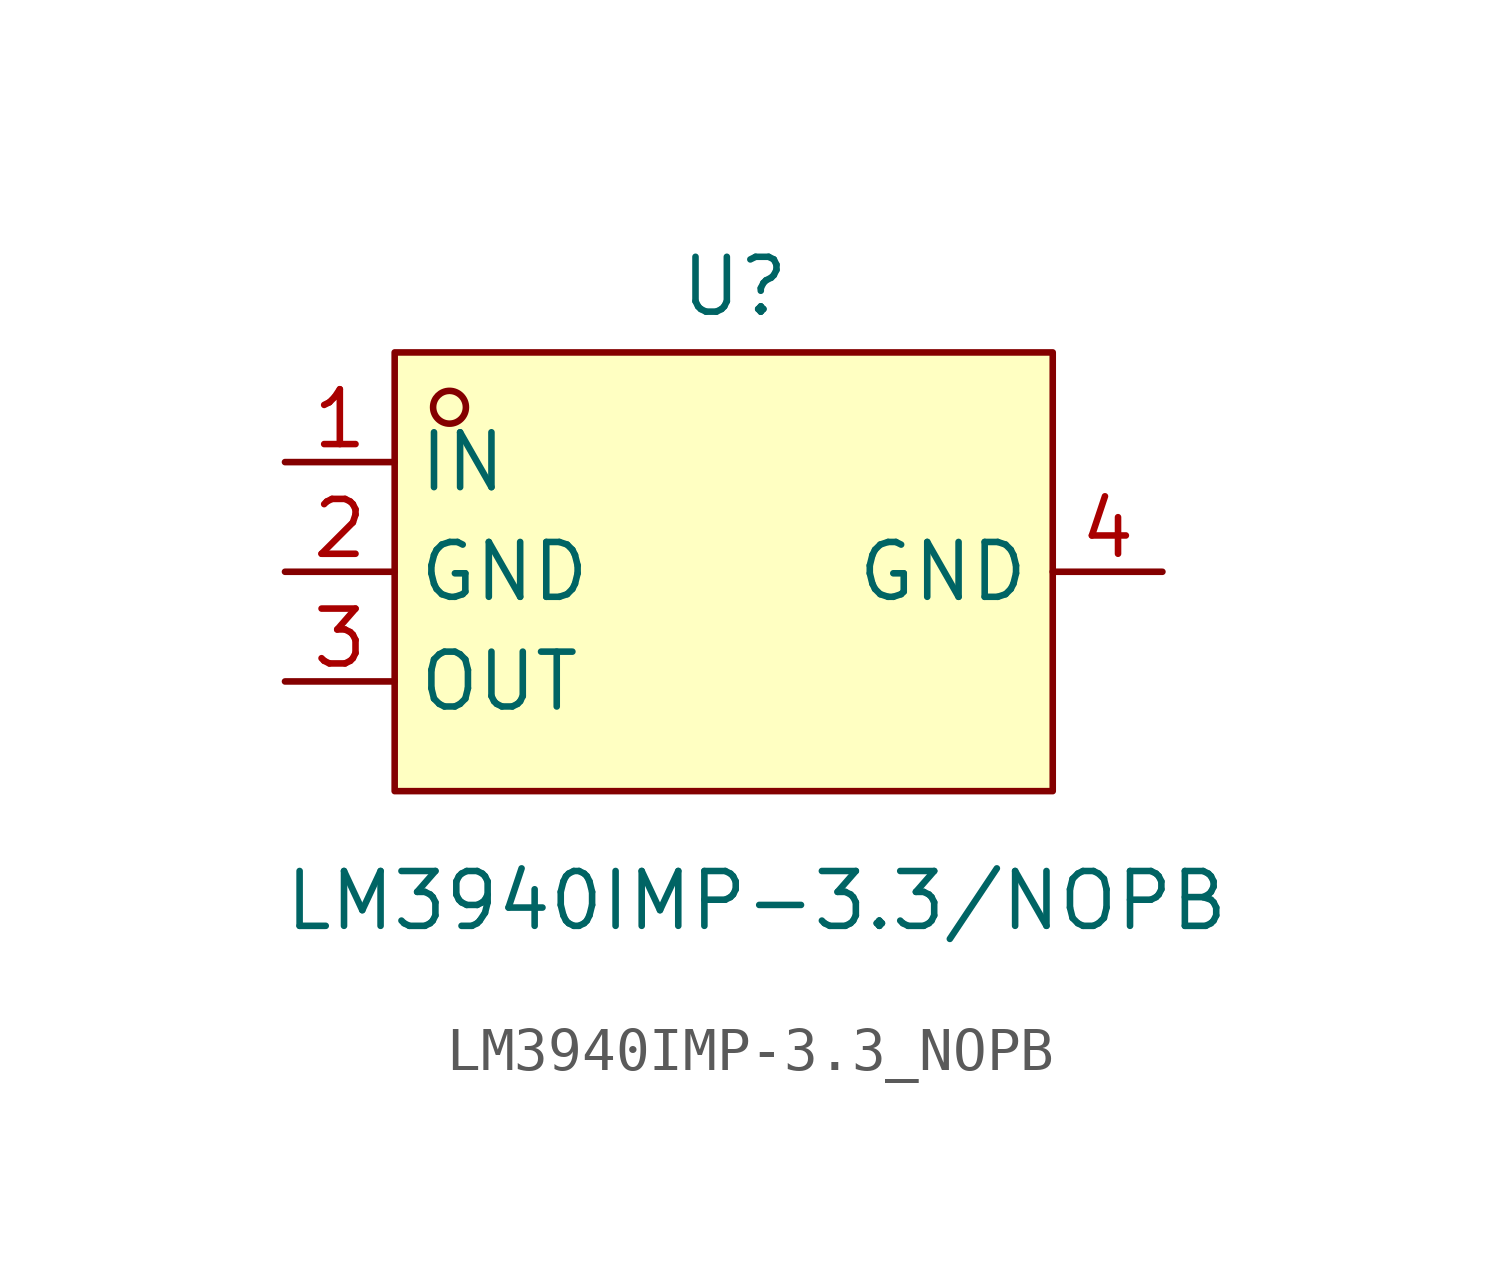
<source format=kicad_sym>
(kicad_symbol_lib
  (version 20231120)
  (generator "kicad_symbol_editor")
  (generator_version "8.0")
  (symbol "LM3940IMP-3.3_NOPB"
    (property "Reference" "U"
      (at 7.874 6.604 0)
      (effects (font (size 1.27 1.27))))
    (property "Value" "LM3940IMP-3.3/NOPB"
      (at 8.382 -7.62 0)
      (effects (font (size 1.27 1.27))))
    (symbol "LM3940IMP-3.3_NOPB_0_1"
      (rectangle (start 0 5.08) (end 15.24 -5.08) (stroke (width 0) (type default)) (fill (type background)))
      (circle (center 1.27 3.81) (radius 0.38) (stroke (width 0) (type default)) (fill (type none)))
      (pin passive line (at -2.54 2.54 0) (length 2.54) (name "IN" (effects (font (size 1.27 1.27)))) (number "1" (effects (font (size 1.27 1.27)))))
      (pin power_in line (at -2.54 0 0) (length 2.54) (name "GND" (effects (font (size 1.27 1.27)))) (number "2" (effects (font (size 1.27 1.27)))))
      (pin passive line (at -2.54 -2.54 0) (length 2.54) (name "OUT" (effects (font (size 1.27 1.27)))) (number "3" (effects (font (size 1.27 1.27)))))
      (pin power_in line (at 17.78 0 180) (length 2.54) (name "GND" (effects (font (size 1.27 1.27)))) (number "4" (effects (font (size 1.27 1.27))))))))
</source>
